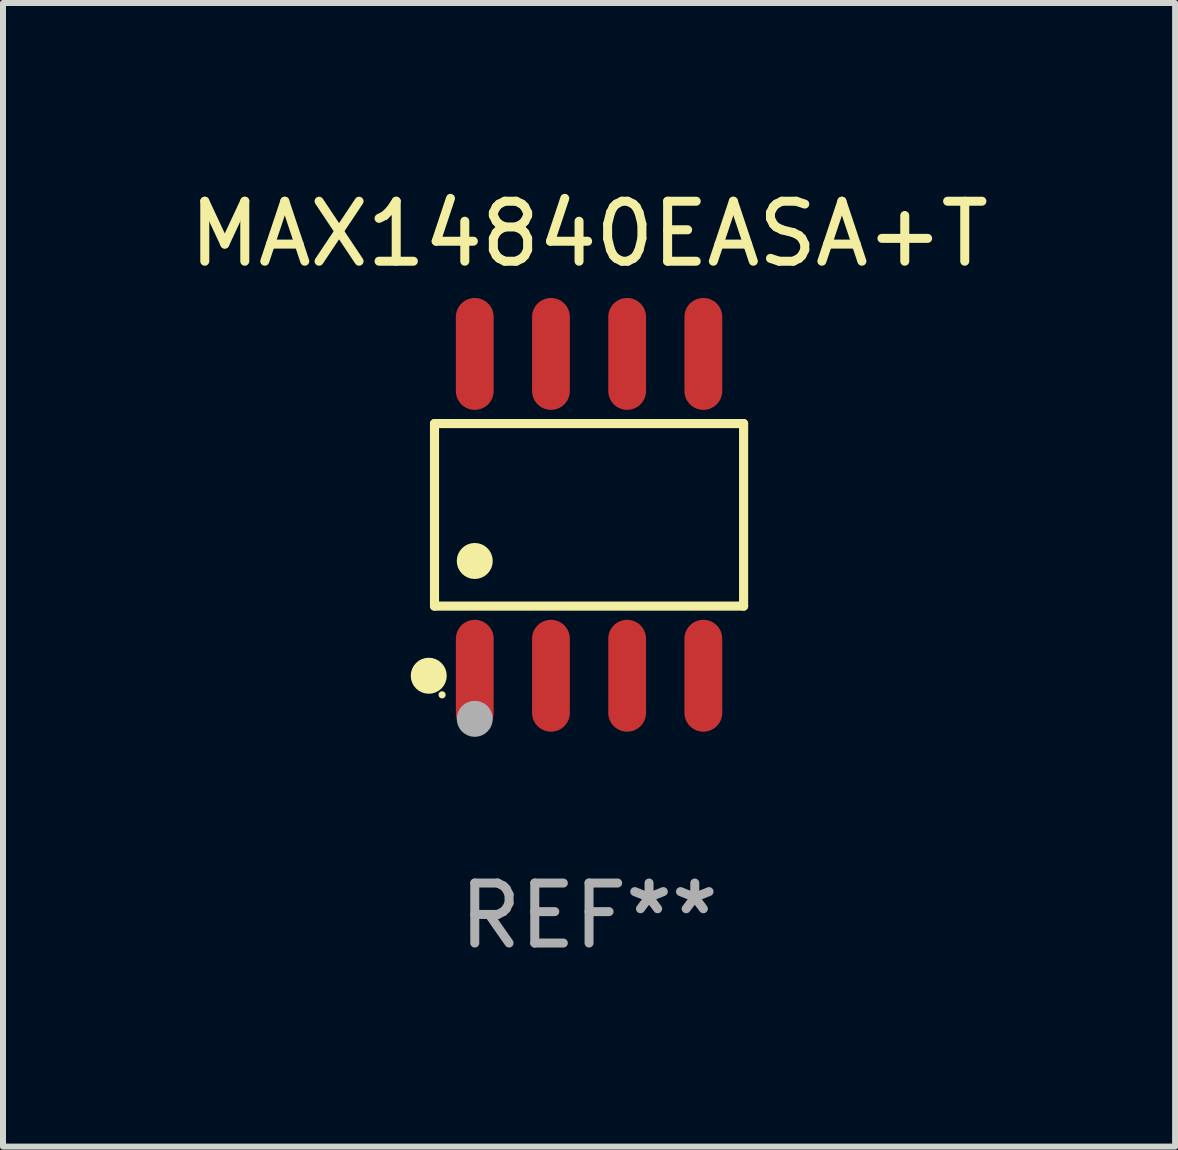
<source format=kicad_pcb>
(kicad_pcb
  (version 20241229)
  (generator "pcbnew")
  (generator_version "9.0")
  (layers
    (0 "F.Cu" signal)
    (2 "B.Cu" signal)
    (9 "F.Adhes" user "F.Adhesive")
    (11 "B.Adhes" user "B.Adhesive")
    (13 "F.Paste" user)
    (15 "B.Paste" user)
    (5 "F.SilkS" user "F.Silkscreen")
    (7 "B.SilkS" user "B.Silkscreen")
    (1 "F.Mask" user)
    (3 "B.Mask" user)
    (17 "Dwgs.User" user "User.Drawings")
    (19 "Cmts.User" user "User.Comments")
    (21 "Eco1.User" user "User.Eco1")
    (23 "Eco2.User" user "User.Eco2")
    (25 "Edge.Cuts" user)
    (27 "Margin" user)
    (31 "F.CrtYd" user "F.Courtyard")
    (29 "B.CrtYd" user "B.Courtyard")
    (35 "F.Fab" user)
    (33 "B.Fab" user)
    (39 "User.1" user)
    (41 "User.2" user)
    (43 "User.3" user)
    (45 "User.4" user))
  (footprint "MAX14840EASA+T"
    (layer "F.Cu")
    (at 6.768 5.531)
    (property "Reference" "MAX14840EASA+T" (at 0 -4.682 0) (layer "F.SilkS") (effects (font (size 1 1) (thickness 0.15))))
    (attr through_hole)
    (fp_line (start -2.576 -1.521) (end 2.576 -1.521) (stroke (width 0.152) (type solid)) (layer "F.SilkS"))
    (fp_line (start -2.576 1.521) (end -2.576 -1.521) (stroke (width 0.152) (type solid)) (layer "F.SilkS"))
    (fp_line (start 2.576 -1.521) (end 2.576 1.521) (stroke (width 0.152) (type solid)) (layer "F.SilkS"))
    (fp_line (start 2.576 1.521) (end -2.576 1.521) (stroke (width 0.152) (type solid)) (layer "F.SilkS"))
    (fp_circle (center -2.672 2.682) (end -2.522 2.682) (stroke (width 0.3) (type solid)) (fill no) (layer "F.SilkS"))
    (fp_circle (center -2.45 3) (end -2.42 3) (stroke (width 0.06) (type solid)) (fill no) (layer "F.SilkS"))
    (fp_circle (center -1.905 0.769) (end -1.755 0.769) (stroke (width 0.3) (type solid)) (fill no) (layer "F.SilkS"))
    (fp_circle (center -1.905 3.4) (end -1.755 3.4) (stroke (width 0.3) (type solid)) (fill no) (layer "F.Fab"))
    (fp_text user "REF**" (at 0 6.682 0) (layer "F.Fab") (effects (font (size 1 1) (thickness 0.15))))
    (pad "1" smd oval (at -1.905 2.682) (size 0.63 1.865) (layers "F.Cu" "F.Mask" "F.Paste"))
    (pad "2" smd oval (at -0.635 2.682) (size 0.63 1.865) (layers "F.Cu" "F.Mask" "F.Paste"))
    (pad "3" smd oval (at 0.635 2.682) (size 0.63 1.865) (layers "F.Cu" "F.Mask" "F.Paste"))
    (pad "4" smd oval (at 1.905 2.682) (size 0.63 1.865) (layers "F.Cu" "F.Mask" "F.Paste"))
    (pad "5" smd oval (at 1.905 -2.682) (size 0.63 1.865) (layers "F.Cu" "F.Mask" "F.Paste"))
    (pad "6" smd oval (at 0.635 -2.682) (size 0.63 1.865) (layers "F.Cu" "F.Mask" "F.Paste"))
    (pad "7" smd oval (at -0.635 -2.682) (size 0.63 1.865) (layers "F.Cu" "F.Mask" "F.Paste"))
    (pad "8" smd oval (at -1.905 -2.682) (size 0.63 1.865) (layers "F.Cu" "F.Mask" "F.Paste")))
  (gr_rect
    (start -3 -3)
    (end 16.536 16.061)
    (stroke (width 0.1) (type default))
    (fill no)
    (layer "Edge.Cuts")))
</source>
